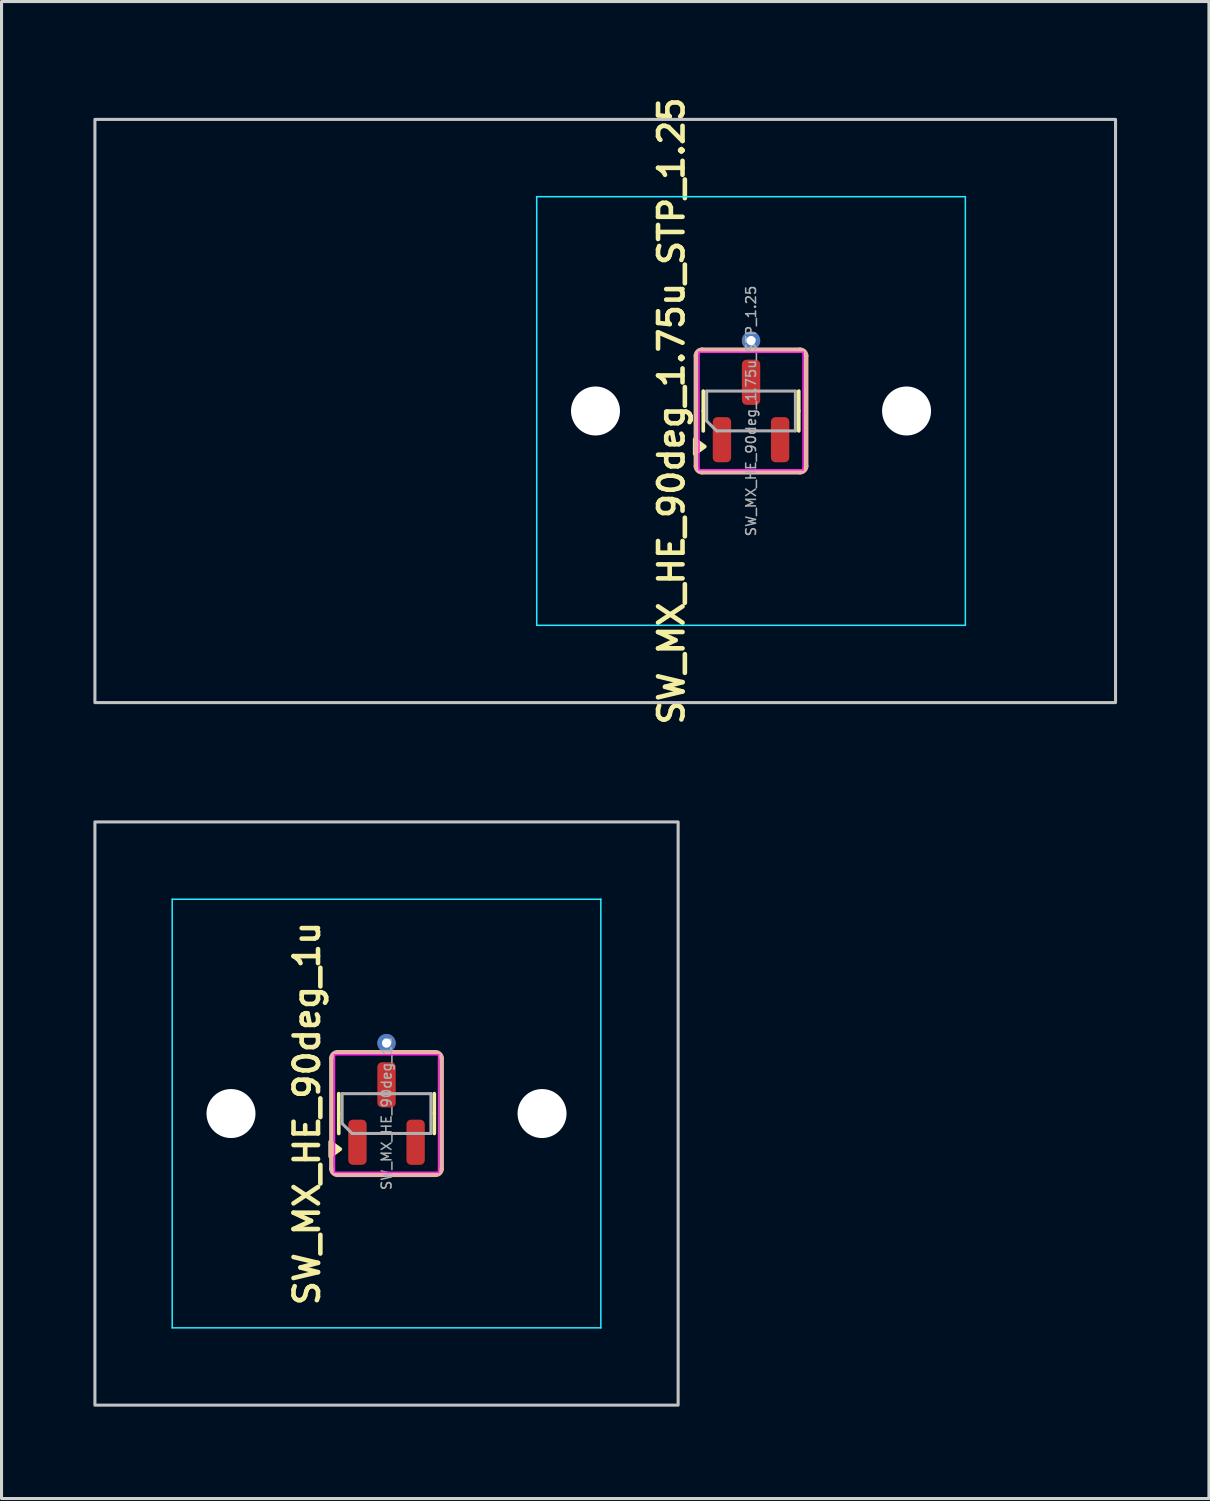
<source format=kicad_pcb>
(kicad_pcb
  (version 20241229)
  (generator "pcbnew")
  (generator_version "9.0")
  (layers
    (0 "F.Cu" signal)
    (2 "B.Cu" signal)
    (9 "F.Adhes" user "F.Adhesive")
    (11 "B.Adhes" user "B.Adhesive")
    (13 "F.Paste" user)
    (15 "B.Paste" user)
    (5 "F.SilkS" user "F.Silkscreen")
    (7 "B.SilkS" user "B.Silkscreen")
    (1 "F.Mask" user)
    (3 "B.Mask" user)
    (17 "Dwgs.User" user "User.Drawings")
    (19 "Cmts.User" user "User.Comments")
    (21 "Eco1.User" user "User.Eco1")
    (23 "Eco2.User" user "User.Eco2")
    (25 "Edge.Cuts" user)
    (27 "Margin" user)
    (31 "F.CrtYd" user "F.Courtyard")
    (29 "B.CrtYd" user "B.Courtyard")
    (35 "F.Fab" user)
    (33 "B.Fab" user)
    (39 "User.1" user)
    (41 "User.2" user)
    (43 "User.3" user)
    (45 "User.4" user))
  (footprint "SW_MX_HE_90deg_1.75u_STP_1.25"
    (layer "F.Cu")
    (at 21.481 10.374)
    (property "Reference" "SW_MX_HE_90deg_1.75u_STP_1.25" (at -2.6 0 90) (layer "F.SilkS") (effects (font (size 0.8 0.8) (thickness 0.15))))
    (attr smd)
    (fp_line (start -1.56 0) (end -1.56 -0.65) (stroke (width 0.12) (type solid)) (layer "F.SilkS"))
    (fp_line (start -1.56 0) (end -1.56 0.65) (stroke (width 0.12) (type solid)) (layer "F.SilkS"))
    (fp_line (start 1.56 0) (end 1.56 -0.65) (stroke (width 0.12) (type solid)) (layer "F.SilkS"))
    (fp_line (start 1.56 0) (end 1.56 0.65) (stroke (width 0.12) (type solid)) (layer "F.SilkS"))
    (fp_poly (pts (xy -1.51 1.163) (xy -1.84 1.403) (xy -1.84 0.922) (xy -1.51 1.163)) (stroke (width 0.12) (type solid)) (fill yes) (layer "F.SilkS"))
    (fp_line (start -1.8 -1.8) (end -1.8 1.8) (stroke (width 0.15) (type default)) (layer "B.SilkS"))
    (fp_line (start -1.6 2) (end 1.6 2) (stroke (width 0.15) (type default)) (layer "B.SilkS"))
    (fp_line (start 1.6 -2) (end -1.6 -2) (stroke (width 0.15) (type default)) (layer "B.SilkS"))
    (fp_line (start 1.8 1.8) (end 1.8 -1.8) (stroke (width 0.15) (type default)) (layer "B.SilkS"))
    (fp_arc (start -1.8 -1.8) (mid -1.741421 -1.941421) (end -1.6 -2) (stroke (width 0.15) (type default)) (layer "B.SilkS"))
    (fp_arc (start -1.6 2) (mid -1.741421 1.941421) (end -1.8 1.8) (stroke (width 0.15) (type default)) (layer "B.SilkS"))
    (fp_arc (start 1.6 -2) (mid 1.741421 -1.941421) (end 1.8 -1.8) (stroke (width 0.15) (type default)) (layer "B.SilkS"))
    (fp_arc (start 1.8 1.8) (mid 1.741421 1.941421) (end 1.6 2) (stroke (width 0.15) (type default)) (layer "B.SilkS"))
    (fp_rect (start -21.431 -9.525) (end 11.906 9.525) (stroke (width 0.1) (type default)) (fill no) (layer "Dwgs.User"))
    (fp_line (start -7 6.5) (end -7 -6.5) (stroke (width 0.05) (type solid)) (layer "Eco2.User"))
    (fp_line (start -6.5 -7) (end 6.5 -7) (stroke (width 0.05) (type solid)) (layer "Eco2.User"))
    (fp_line (start 6.5 7) (end -6.5 7) (stroke (width 0.05) (type solid)) (layer "Eco2.User"))
    (fp_line (start 7 -6.5) (end 7 6.5) (stroke (width 0.05) (type solid)) (layer "Eco2.User"))
    (fp_arc (start -7 -6.5) (mid -6.853553 -6.853553) (end -6.5 -7) (stroke (width 0.05) (type solid)) (layer "Eco2.User"))
    (fp_arc (start -6.5 7) (mid -6.853553 6.853553) (end -7 6.5) (stroke (width 0.05) (type solid)) (layer "Eco2.User"))
    (fp_arc (start 6.5 -7) (mid 6.853553 -6.853553) (end 7 -6.5) (stroke (width 0.05) (type solid)) (layer "Eco2.User"))
    (fp_arc (start 6.997236 6.498884) (mid 6.850789 6.852437) (end 6.497236 6.998884) (stroke (width 0.05) (type solid)) (layer "Eco2.User"))
    (fp_line (start -7 -7) (end -7 7) (stroke (width 0.05) (type solid)) (layer "B.CrtYd"))
    (fp_line (start -7 7) (end 7 7) (stroke (width 0.05) (type solid)) (layer "B.CrtYd"))
    (fp_line (start 7 -7) (end -7 -7) (stroke (width 0.05) (type solid)) (layer "B.CrtYd"))
    (fp_line (start 7 7) (end 7 -7) (stroke (width 0.05) (type solid)) (layer "B.CrtYd"))
    (fp_line (start -1.7 -1.92) (end -1.7 1.92) (stroke (width 0.05) (type solid)) (layer "F.CrtYd"))
    (fp_line (start -1.7 1.92) (end 1.7 1.92) (stroke (width 0.05) (type solid)) (layer "F.CrtYd"))
    (fp_line (start 1.7 -1.92) (end -1.7 -1.92) (stroke (width 0.05) (type solid)) (layer "F.CrtYd"))
    (fp_line (start 1.7 1.92) (end 1.7 -1.92) (stroke (width 0.05) (type solid)) (layer "F.CrtYd"))
    (fp_line (start -1.45 -0.65) (end 1.45 -0.65) (stroke (width 0.1) (type solid)) (layer "F.Fab"))
    (fp_line (start -1.45 0.325) (end -1.45 -0.65) (stroke (width 0.1) (type solid)) (layer "F.Fab"))
    (fp_line (start -1.125 0.65) (end -1.45 0.325) (stroke (width 0.1) (type solid)) (layer "F.Fab"))
    (fp_line (start 1.45 -0.65) (end 1.45 0.65) (stroke (width 0.1) (type solid)) (layer "F.Fab"))
    (fp_line (start 1.45 0.65) (end -1.125 0.65) (stroke (width 0.1) (type solid)) (layer "F.Fab"))
    (fp_text user "${REFERENCE}" (at 0 0 90) (layer "F.Fab") (effects (font (size 0.32 0.32) (thickness 0.05))))
    (pad "" np_thru_hole circle (at -5.08 0) (size 1.6 1.6) (drill 1.7) (layers "*.Cu" "*.Mask"))
    (pad "" np_thru_hole circle (at 5.08 0) (size 1.6 1.6) (drill 1.7) (layers "*.Cu" "*.Mask"))
    (pad "1" smd roundrect (at -0.95 0.938 90) (size 1.475 0.6) (layers "F.Cu" "F.Mask" "F.Paste") (roundrect_rratio 0.25))
    (pad "2" smd roundrect (at 0.95 0.938 90) (size 1.475 0.6) (layers "F.Cu" "F.Mask" "F.Paste") (roundrect_rratio 0.25))
    (pad "3" thru_hole circle (at 0 -2.3 90) (size 0.6 0.6) (drill 0.3) (layers "*.Cu"))
    (pad "3" smd roundrect (at 0 -0.938 90) (size 1.475 0.6) (layers "F.Cu" "F.Mask" "F.Paste") (roundrect_rratio 0.25))
    (zone (net_name "") (layer "F.Cu") (name "HE keepout_bot") (hatch edge 0.5) (connect_pads) (min_thickness 0.25) (filled_areas_thickness no) (keepout (tracks allowed) (vias allowed) (pads allowed) (copperpour not_allowed) (footprints allowed)) (placement (enabled no)) (fill) (polygon (pts (arc (start 19.88125 8.373574) (mid 19.739829 8.432153) (end 19.68125 8.573574)) (arc (start 19.68125 12.173574) (mid 19.739829 12.314995) (end 19.88125 12.373574)) (arc (start 23.08125 12.373574) (mid 23.222671 12.314995) (end 23.28125 12.173574)) (arc (start 23.28125 8.573574) (mid 23.222671 8.432153) (end 23.08125 8.373574)) (arc (start 21.98125 8.373574) (mid 21.839829 8.432153) (end 21.78125 8.573574)) (arc (start 21.78125 9.973574) (mid 21.722671 10.114995) (end 21.58125 10.173574)) (arc (start 21.38125 10.173574) (mid 21.239829 10.114995) (end 21.18125 9.973574)) (arc (start 21.18125 8.573574) (mid 21.122671 8.432153) (end 20.98125 8.373574)))))
    (zone (net_name "") (layer "In1.Cu") (name "HE keepout_top") (hatch edge 0.5) (connect_pads) (min_thickness 0.25) (filled_areas_thickness no) (keepout (tracks allowed) (vias allowed) (pads allowed) (copperpour not_allowed) (footprints allowed)) (placement (enabled no)) (fill) (polygon (pts (arc (start 19.88125 8.373574) (mid 19.739829 8.432153) (end 19.68125 8.573574)) (arc (start 19.68125 12.173574) (mid 19.739829 12.314995) (end 19.88125 12.373574)) (arc (start 23.08125 12.373574) (mid 23.222671 12.314995) (end 23.28125 12.173574)) (arc (start 23.28125 8.573574) (mid 23.222671 8.432153) (end 23.08125 8.373574))))))
  (footprint "SW_MX_HE_90deg_1u"
    (layer "F.Cu")
    (at 9.575 33.322)
    (property "Reference" "SW_MX_HE_90deg_1u" (at -2.6 0 90) (layer "F.SilkS") (effects (font (size 0.8 0.8) (thickness 0.15))))
    (attr smd)
    (fp_line (start -1.56 0) (end -1.56 -0.65) (stroke (width 0.12) (type solid)) (layer "F.SilkS"))
    (fp_line (start -1.56 0) (end -1.56 0.65) (stroke (width 0.12) (type solid)) (layer "F.SilkS"))
    (fp_line (start 1.56 0) (end 1.56 -0.65) (stroke (width 0.12) (type solid)) (layer "F.SilkS"))
    (fp_line (start 1.56 0) (end 1.56 0.65) (stroke (width 0.12) (type solid)) (layer "F.SilkS"))
    (fp_poly (pts (xy -1.51 1.163) (xy -1.84 1.403) (xy -1.84 0.922) (xy -1.51 1.163)) (stroke (width 0.12) (type solid)) (fill yes) (layer "F.SilkS"))
    (fp_line (start -1.8 -1.8) (end -1.8 1.8) (stroke (width 0.15) (type default)) (layer "B.SilkS"))
    (fp_line (start -1.6 2) (end 1.6 2) (stroke (width 0.15) (type default)) (layer "B.SilkS"))
    (fp_line (start 1.6 -2) (end -1.6 -2) (stroke (width 0.15) (type default)) (layer "B.SilkS"))
    (fp_line (start 1.8 1.8) (end 1.8 -1.8) (stroke (width 0.15) (type default)) (layer "B.SilkS"))
    (fp_arc (start -1.8 -1.8) (mid -1.741421 -1.941421) (end -1.6 -2) (stroke (width 0.15) (type default)) (layer "B.SilkS"))
    (fp_arc (start -1.6 2) (mid -1.741421 1.941421) (end -1.8 1.8) (stroke (width 0.15) (type default)) (layer "B.SilkS"))
    (fp_arc (start 1.6 -2) (mid 1.741421 -1.941421) (end 1.8 -1.8) (stroke (width 0.15) (type default)) (layer "B.SilkS"))
    (fp_arc (start 1.8 1.8) (mid 1.741421 1.941421) (end 1.6 2) (stroke (width 0.15) (type default)) (layer "B.SilkS"))
    (fp_rect (start -9.525 -9.525) (end 9.525 9.525) (stroke (width 0.1) (type default)) (fill no) (layer "Dwgs.User"))
    (fp_line (start -7 6.5) (end -7 -6.5) (stroke (width 0.05) (type solid)) (layer "Eco2.User"))
    (fp_line (start -6.5 -7) (end 6.5 -7) (stroke (width 0.05) (type solid)) (layer "Eco2.User"))
    (fp_line (start 6.5 7) (end -6.5 7) (stroke (width 0.05) (type solid)) (layer "Eco2.User"))
    (fp_line (start 7 -6.5) (end 7 6.5) (stroke (width 0.05) (type solid)) (layer "Eco2.User"))
    (fp_arc (start -7 -6.5) (mid -6.853553 -6.853553) (end -6.5 -7) (stroke (width 0.05) (type solid)) (layer "Eco2.User"))
    (fp_arc (start -6.5 7) (mid -6.853553 6.853553) (end -7 6.5) (stroke (width 0.05) (type solid)) (layer "Eco2.User"))
    (fp_arc (start 6.5 -7) (mid 6.853553 -6.853553) (end 7 -6.5) (stroke (width 0.05) (type solid)) (layer "Eco2.User"))
    (fp_arc (start 6.997236 6.498884) (mid 6.850789 6.852437) (end 6.497236 6.998884) (stroke (width 0.05) (type solid)) (layer "Eco2.User"))
    (fp_line (start -7 -7) (end -7 7) (stroke (width 0.05) (type solid)) (layer "B.CrtYd"))
    (fp_line (start -7 7) (end 7 7) (stroke (width 0.05) (type solid)) (layer "B.CrtYd"))
    (fp_line (start 7 -7) (end -7 -7) (stroke (width 0.05) (type solid)) (layer "B.CrtYd"))
    (fp_line (start 7 7) (end 7 -7) (stroke (width 0.05) (type solid)) (layer "B.CrtYd"))
    (fp_line (start -1.7 -1.92) (end -1.7 1.92) (stroke (width 0.05) (type solid)) (layer "F.CrtYd"))
    (fp_line (start -1.7 1.92) (end 1.7 1.92) (stroke (width 0.05) (type solid)) (layer "F.CrtYd"))
    (fp_line (start 1.7 -1.92) (end -1.7 -1.92) (stroke (width 0.05) (type solid)) (layer "F.CrtYd"))
    (fp_line (start 1.7 1.92) (end 1.7 -1.92) (stroke (width 0.05) (type solid)) (layer "F.CrtYd"))
    (fp_line (start -1.45 -0.65) (end 1.45 -0.65) (stroke (width 0.1) (type solid)) (layer "F.Fab"))
    (fp_line (start -1.45 0.325) (end -1.45 -0.65) (stroke (width 0.1) (type solid)) (layer "F.Fab"))
    (fp_line (start -1.125 0.65) (end -1.45 0.325) (stroke (width 0.1) (type solid)) (layer "F.Fab"))
    (fp_line (start 1.45 -0.65) (end 1.45 0.65) (stroke (width 0.1) (type solid)) (layer "F.Fab"))
    (fp_line (start 1.45 0.65) (end -1.125 0.65) (stroke (width 0.1) (type solid)) (layer "F.Fab"))
    (fp_text user "${REFERENCE}" (at 0 0 90) (layer "F.Fab") (effects (font (size 0.32 0.32) (thickness 0.05))))
    (pad "" np_thru_hole circle (at -5.08 0) (size 1.6 1.6) (drill 1.7) (layers "*.Cu" "*.Mask"))
    (pad "" np_thru_hole circle (at 5.08 0) (size 1.6 1.6) (drill 1.7) (layers "*.Cu" "*.Mask"))
    (pad "1" smd roundrect (at -0.95 0.938 90) (size 1.475 0.6) (layers "F.Cu" "F.Mask" "F.Paste") (roundrect_rratio 0.25))
    (pad "2" smd roundrect (at 0.95 0.938 90) (size 1.475 0.6) (layers "F.Cu" "F.Mask" "F.Paste") (roundrect_rratio 0.25))
    (pad "3" thru_hole circle (at 0 -2.3 90) (size 0.6 0.6) (drill 0.3) (layers "*.Cu"))
    (pad "3" smd roundrect (at 0 -0.938 90) (size 1.475 0.6) (layers "F.Cu" "F.Mask" "F.Paste") (roundrect_rratio 0.25))
    (zone (net_name "") (layer "F.Cu") (name "HE keepout_bot") (hatch edge 0.5) (connect_pads) (min_thickness 0.25) (filled_areas_thickness no) (keepout (tracks allowed) (vias allowed) (pads allowed) (copperpour not_allowed) (footprints allowed)) (placement (enabled no)) (fill) (polygon (pts (arc (start 7.975 31.322148) (mid 7.833579 31.380727) (end 7.775 31.522148)) (arc (start 7.775 35.122148) (mid 7.833579 35.263569) (end 7.975 35.322148)) (arc (start 11.175 35.322148) (mid 11.316421 35.263569) (end 11.375 35.122148)) (arc (start 11.375 31.522148) (mid 11.316421 31.380727) (end 11.175 31.322148)) (arc (start 10.075 31.322148) (mid 9.933579 31.380727) (end 9.875 31.522148)) (arc (start 9.875 32.922148) (mid 9.816421 33.063569) (end 9.675 33.122148)) (arc (start 9.475 33.122148) (mid 9.333579 33.063569) (end 9.275 32.922148)) (arc (start 9.275 31.522148) (mid 9.216421 31.380727) (end 9.075 31.322148)))))
    (zone (net_name "") (layer "In1.Cu") (name "HE keepout_top") (hatch edge 0.5) (connect_pads) (min_thickness 0.25) (filled_areas_thickness no) (keepout (tracks allowed) (vias allowed) (pads allowed) (copperpour not_allowed) (footprints allowed)) (placement (enabled no)) (fill) (polygon (pts (arc (start 7.975 31.322148) (mid 7.833579 31.380727) (end 7.775 31.522148)) (arc (start 7.775 35.122148) (mid 7.833579 35.263569) (end 7.975 35.322148)) (arc (start 11.175 35.322148) (mid 11.316421 35.263569) (end 11.375 35.122148)) (arc (start 11.375 31.522148) (mid 11.316421 31.380727) (end 11.175 31.322148))))))
  (gr_rect
    (start -3 -3)
    (end 36.438 45.897)
    (stroke (width 0.1) (type default))
    (fill no)
    (layer "Edge.Cuts")))
</source>
